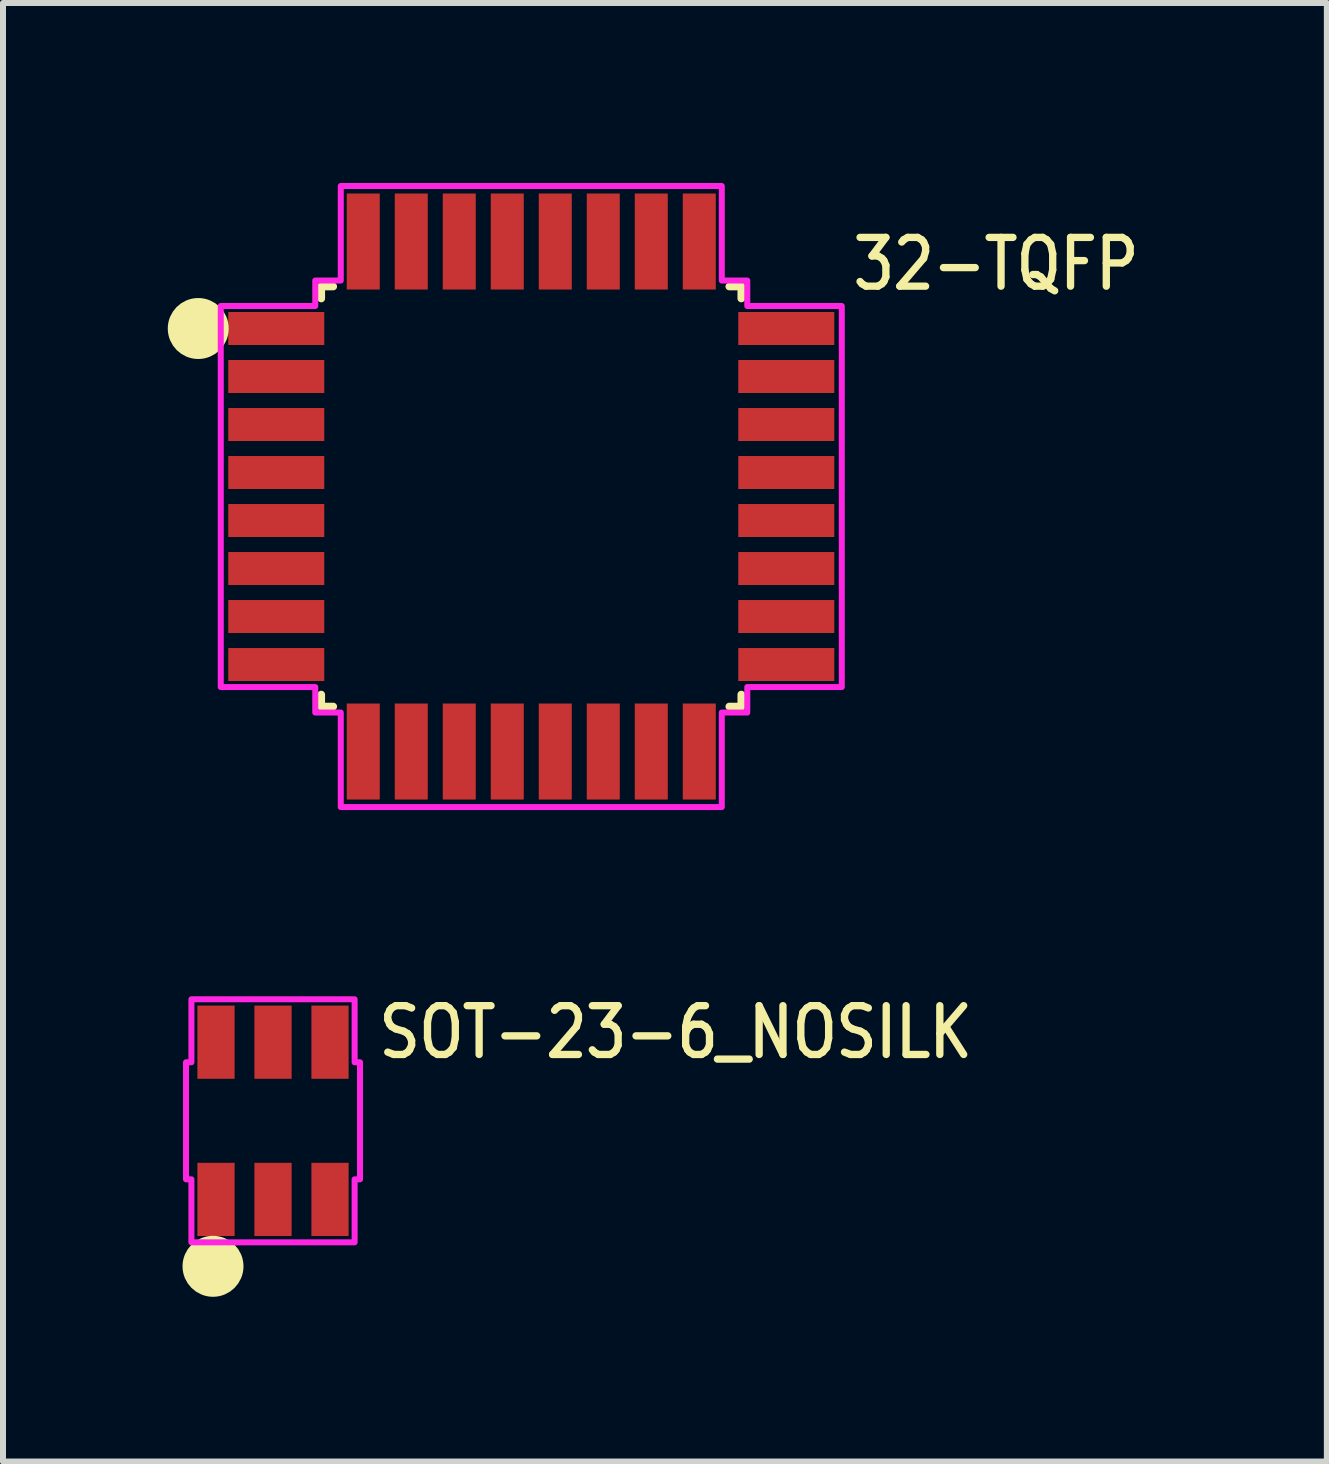
<source format=kicad_pcb>
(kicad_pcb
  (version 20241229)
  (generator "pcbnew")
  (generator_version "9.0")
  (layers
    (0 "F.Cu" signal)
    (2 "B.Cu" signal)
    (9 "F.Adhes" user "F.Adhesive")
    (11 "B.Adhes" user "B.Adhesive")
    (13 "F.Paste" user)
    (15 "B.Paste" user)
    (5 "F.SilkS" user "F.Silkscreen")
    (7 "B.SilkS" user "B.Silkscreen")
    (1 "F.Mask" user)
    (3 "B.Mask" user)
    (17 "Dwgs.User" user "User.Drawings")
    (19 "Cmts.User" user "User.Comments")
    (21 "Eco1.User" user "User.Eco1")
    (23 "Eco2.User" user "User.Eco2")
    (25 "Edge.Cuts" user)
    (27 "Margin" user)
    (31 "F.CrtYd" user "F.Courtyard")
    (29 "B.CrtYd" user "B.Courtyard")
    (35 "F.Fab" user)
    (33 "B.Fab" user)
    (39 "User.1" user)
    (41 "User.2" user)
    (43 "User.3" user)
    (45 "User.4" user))
  (footprint "SOT-23-6_NOSILK"
    (layer "F.Cu")
    (at 1.5 15.629)
    (property "Reference" "SOT-23-6_NOSILK" (at 1.7 -1 0) (unlocked yes) (layer "F.SilkS") (effects (font (size 0.813 0.695) (thickness 0.122)) (justify left bottom)))
    (fp_circle (center -1 2.425) (end -1 2.425) (stroke (width 0.508) (type solid)) (fill no) (layer "F.SilkS"))
    (fp_poly (pts (xy -1.36 -2.025) (xy 1.36 -2.025) (xy 1.36 -0.975) (xy 1.45 -0.975) (xy 1.45 0.975) (xy 1.36 0.975) (xy 1.36 2.025) (xy -1.36 2.025) (xy -1.36 0.975) (xy -1.45 0.975) (xy -1.45 -0.975) (xy -1.36 -0.975)) (stroke (width 0.1) (type solid)) (fill no) (layer "F.CrtYd"))
    (pad "P$1" smd rect (at -0.95 1.31) (size 0.62 1.22) (layers "F.Cu" "F.Mask" "F.Paste"))
    (pad "P$2" smd rect (at 0 1.31) (size 0.62 1.22) (layers "F.Cu" "F.Mask" "F.Paste"))
    (pad "P$3" smd rect (at 0.95 1.31) (size 0.62 1.22) (layers "F.Cu" "F.Mask" "F.Paste"))
    (pad "P$4" smd rect (at 0.95 -1.31) (size 0.62 1.22) (layers "F.Cu" "F.Mask" "F.Paste"))
    (pad "P$5" smd rect (at 0 -1.31) (size 0.62 1.22) (layers "F.Cu" "F.Mask" "F.Paste"))
    (pad "P$6" smd rect (at -0.95 -1.31) (size 0.62 1.22) (layers "F.Cu" "F.Mask" "F.Paste")))
  (footprint "32-TQFP"
    (layer "F.Cu")
    (at 5.804 5.225)
    (property "Reference" "32-TQFP" (at 5.3 -3.4 0) (unlocked yes) (layer "F.SilkS") (effects (font (size 0.813 0.695) (thickness 0.122)) (justify left bottom)))
    (fp_line (start -3.5 -3.5) (end -3.3 -3.5) (stroke (width 0.127) (type solid)) (layer "F.SilkS"))
    (fp_line (start -3.5 -3.3) (end -3.5 -3.5) (stroke (width 0.127) (type solid)) (layer "F.SilkS"))
    (fp_line (start -3.5 3.5) (end -3.5 3.3) (stroke (width 0.127) (type solid)) (layer "F.SilkS"))
    (fp_line (start -3.5 3.5) (end -3.3 3.5) (stroke (width 0.127) (type solid)) (layer "F.SilkS"))
    (fp_line (start 3.5 -3.5) (end 3.3 -3.5) (stroke (width 0.127) (type solid)) (layer "F.SilkS"))
    (fp_line (start 3.5 -3.5) (end 3.5 -3.3) (stroke (width 0.127) (type solid)) (layer "F.SilkS"))
    (fp_line (start 3.5 3.5) (end 3.3 3.5) (stroke (width 0.127) (type solid)) (layer "F.SilkS"))
    (fp_line (start 3.5 3.5) (end 3.5 3.3) (stroke (width 0.127) (type solid)) (layer "F.SilkS"))
    (fp_circle (center -5.55 -2.8) (end -5.55 -2.8) (stroke (width 0.508) (type solid)) (fill no) (layer "F.SilkS"))
    (fp_poly (pts (xy -5.175 -3.175) (xy -3.6 -3.175) (xy -3.6 -3.6) (xy -3.175 -3.6) (xy -3.175 -5.175) (xy 3.175 -5.175) (xy 3.175 -3.6) (xy 3.6 -3.6) (xy 3.6 -3.175) (xy 5.175 -3.175) (xy 5.175 3.175) (xy 3.6 3.175) (xy 3.6 3.6) (xy 3.175 3.6) (xy 3.175 5.175) (xy -3.175 5.175) (xy -3.175 3.6) (xy -3.6 3.6) (xy -3.6 3.175) (xy -5.175 3.175)) (stroke (width 0.1) (type solid)) (fill no) (layer "F.CrtYd"))
    (pad "P$1" smd rect (at -4.25 -2.8) (size 1.6 0.55) (layers "F.Cu" "F.Mask" "F.Paste"))
    (pad "P$2" smd rect (at -4.25 -2) (size 1.6 0.55) (layers "F.Cu" "F.Mask" "F.Paste"))
    (pad "P$3" smd rect (at -4.25 -1.2) (size 1.6 0.55) (layers "F.Cu" "F.Mask" "F.Paste"))
    (pad "P$4" smd rect (at -4.25 -0.4) (size 1.6 0.55) (layers "F.Cu" "F.Mask" "F.Paste"))
    (pad "P$5" smd rect (at -4.25 0.4) (size 1.6 0.55) (layers "F.Cu" "F.Mask" "F.Paste"))
    (pad "P$6" smd rect (at -4.25 1.2) (size 1.6 0.55) (layers "F.Cu" "F.Mask" "F.Paste"))
    (pad "P$7" smd rect (at -4.25 2) (size 1.6 0.55) (layers "F.Cu" "F.Mask" "F.Paste"))
    (pad "P$8" smd rect (at -4.25 2.8) (size 1.6 0.55) (layers "F.Cu" "F.Mask" "F.Paste"))
    (pad "P$9" smd rect (at -2.8 4.25) (size 0.55 1.6) (layers "F.Cu" "F.Mask" "F.Paste"))
    (pad "P$10" smd rect (at -2 4.25) (size 0.55 1.6) (layers "F.Cu" "F.Mask" "F.Paste"))
    (pad "P$11" smd rect (at -1.2 4.25) (size 0.55 1.6) (layers "F.Cu" "F.Mask" "F.Paste"))
    (pad "P$12" smd rect (at -0.4 4.25) (size 0.55 1.6) (layers "F.Cu" "F.Mask" "F.Paste"))
    (pad "P$13" smd rect (at 0.4 4.25) (size 0.55 1.6) (layers "F.Cu" "F.Mask" "F.Paste"))
    (pad "P$14" smd rect (at 1.2 4.25) (size 0.55 1.6) (layers "F.Cu" "F.Mask" "F.Paste"))
    (pad "P$15" smd rect (at 2 4.25) (size 0.55 1.6) (layers "F.Cu" "F.Mask" "F.Paste"))
    (pad "P$16" smd rect (at 2.8 4.25) (size 0.55 1.6) (layers "F.Cu" "F.Mask" "F.Paste"))
    (pad "P$17" smd rect (at 4.25 2.8) (size 1.6 0.55) (layers "F.Cu" "F.Mask" "F.Paste"))
    (pad "P$18" smd rect (at 4.25 2) (size 1.6 0.55) (layers "F.Cu" "F.Mask" "F.Paste"))
    (pad "P$19" smd rect (at 4.25 1.2) (size 1.6 0.55) (layers "F.Cu" "F.Mask" "F.Paste"))
    (pad "P$20" smd rect (at 4.25 0.4) (size 1.6 0.55) (layers "F.Cu" "F.Mask" "F.Paste"))
    (pad "P$21" smd rect (at 4.25 -0.4) (size 1.6 0.55) (layers "F.Cu" "F.Mask" "F.Paste"))
    (pad "P$22" smd rect (at 4.25 -1.2) (size 1.6 0.55) (layers "F.Cu" "F.Mask" "F.Paste"))
    (pad "P$23" smd rect (at 4.25 -2) (size 1.6 0.55) (layers "F.Cu" "F.Mask" "F.Paste"))
    (pad "P$24" smd rect (at 4.25 -2.8) (size 1.6 0.55) (layers "F.Cu" "F.Mask" "F.Paste"))
    (pad "P$25" smd rect (at 2.8 -4.25) (size 0.55 1.6) (layers "F.Cu" "F.Mask" "F.Paste"))
    (pad "P$26" smd rect (at 2 -4.25) (size 0.55 1.6) (layers "F.Cu" "F.Mask" "F.Paste"))
    (pad "P$27" smd rect (at 1.2 -4.25) (size 0.55 1.6) (layers "F.Cu" "F.Mask" "F.Paste"))
    (pad "P$28" smd rect (at 0.4 -4.25) (size 0.55 1.6) (layers "F.Cu" "F.Mask" "F.Paste"))
    (pad "P$29" smd rect (at -0.4 -4.25) (size 0.55 1.6) (layers "F.Cu" "F.Mask" "F.Paste"))
    (pad "P$30" smd rect (at -1.2 -4.25) (size 0.55 1.6) (layers "F.Cu" "F.Mask" "F.Paste"))
    (pad "P$31" smd rect (at -2 -4.25) (size 0.55 1.6) (layers "F.Cu" "F.Mask" "F.Paste"))
    (pad "P$32" smd rect (at -2.8 -4.25) (size 0.55 1.6) (layers "F.Cu" "F.Mask" "F.Paste")))
  (gr_rect
    (start -3 -3)
    (end 19.063 21.308)
    (stroke (width 0.1) (type default))
    (fill no)
    (layer "Edge.Cuts")))
</source>
